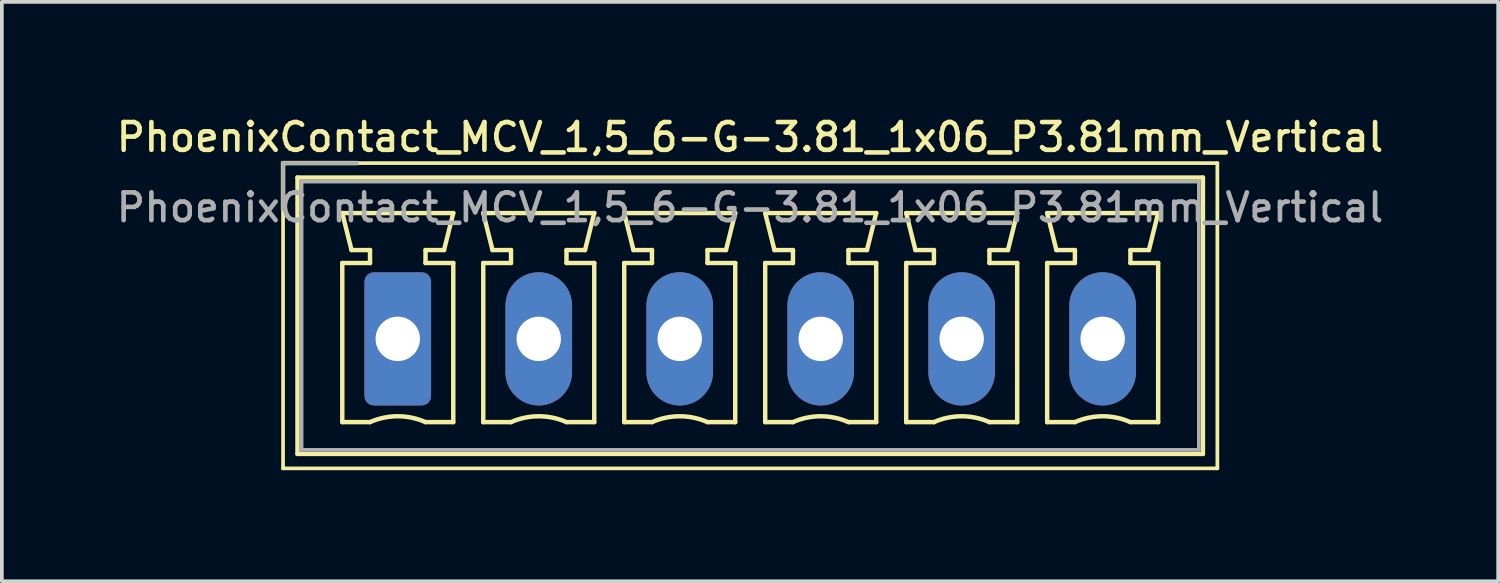
<source format=kicad_pcb>
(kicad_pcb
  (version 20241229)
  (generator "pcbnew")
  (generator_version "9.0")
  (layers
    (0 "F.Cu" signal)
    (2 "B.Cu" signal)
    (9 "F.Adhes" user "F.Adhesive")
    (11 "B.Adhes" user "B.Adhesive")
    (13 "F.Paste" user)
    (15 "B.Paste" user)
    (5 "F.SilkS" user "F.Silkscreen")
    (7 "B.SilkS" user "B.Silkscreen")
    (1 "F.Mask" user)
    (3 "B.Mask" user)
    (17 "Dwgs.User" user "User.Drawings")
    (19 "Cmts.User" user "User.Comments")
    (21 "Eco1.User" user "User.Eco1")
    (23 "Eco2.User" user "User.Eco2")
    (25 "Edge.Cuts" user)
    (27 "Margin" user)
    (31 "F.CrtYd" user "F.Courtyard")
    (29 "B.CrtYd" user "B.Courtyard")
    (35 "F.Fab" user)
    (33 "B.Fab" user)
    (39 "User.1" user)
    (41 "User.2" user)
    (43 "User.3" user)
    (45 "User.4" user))
  (footprint "PhoenixContact_MCV_1,5_6-G-3.81_1x06_P3.81mm_Vertical"
    (layer "F.Cu")
    (at 7.7 6.108)
    (property "Reference" "PhoenixContact_MCV_1,5_6-G-3.81_1x06_P3.81mm_Vertical" (at 9.52 -5.45 0) (layer "F.SilkS") (effects (font (size 0.75 0.75) (thickness 0.125))))
    (attr through_hole)
    (fp_line (start -3.1 -4.75) (end -3.1 3.5) (stroke (width 0.1) (type solid)) (layer "F.SilkS"))
    (fp_line (start -3.1 -4.75) (end -1.1 -4.75) (stroke (width 0.12) (type solid)) (layer "F.SilkS"))
    (fp_line (start -3.1 -3.5) (end -3.1 -4.75) (stroke (width 0.12) (type solid)) (layer "F.SilkS"))
    (fp_line (start -3.1 3.5) (end 22.15 3.5) (stroke (width 0.1) (type solid)) (layer "F.SilkS"))
    (fp_line (start -2.71 -4.36) (end -2.71 3.11) (stroke (width 0.12) (type solid)) (layer "F.SilkS"))
    (fp_line (start -2.71 3.11) (end 21.76 3.11) (stroke (width 0.12) (type solid)) (layer "F.SilkS"))
    (fp_line (start -1.5 -3.4) (end 1.5 -3.4) (stroke (width 0.12) (type solid)) (layer "F.SilkS"))
    (fp_line (start -1.5 -2.05) (end -0.75 -2.05) (stroke (width 0.12) (type solid)) (layer "F.SilkS"))
    (fp_line (start -1.5 2.25) (end -1.5 -2.05) (stroke (width 0.12) (type solid)) (layer "F.SilkS"))
    (fp_line (start -1.25 -2.4) (end -1.5 -3.4) (stroke (width 0.12) (type solid)) (layer "F.SilkS"))
    (fp_line (start -0.75 -2.4) (end -1.25 -2.4) (stroke (width 0.12) (type solid)) (layer "F.SilkS"))
    (fp_line (start -0.75 -2.05) (end -0.75 -2.4) (stroke (width 0.12) (type solid)) (layer "F.SilkS"))
    (fp_line (start -0.75 2.25) (end -1.5 2.25) (stroke (width 0.12) (type solid)) (layer "F.SilkS"))
    (fp_line (start 0.75 -2.4) (end 0.75 -2.05) (stroke (width 0.12) (type solid)) (layer "F.SilkS"))
    (fp_line (start 0.75 -2.05) (end 1.5 -2.05) (stroke (width 0.12) (type solid)) (layer "F.SilkS"))
    (fp_line (start 1.25 -2.4) (end 0.75 -2.4) (stroke (width 0.12) (type solid)) (layer "F.SilkS"))
    (fp_line (start 1.5 -3.4) (end 1.25 -2.4) (stroke (width 0.12) (type solid)) (layer "F.SilkS"))
    (fp_line (start 1.5 -2.05) (end 1.5 2.25) (stroke (width 0.12) (type solid)) (layer "F.SilkS"))
    (fp_line (start 1.5 2.25) (end 0.75 2.25) (stroke (width 0.12) (type solid)) (layer "F.SilkS"))
    (fp_line (start 2.31 -3.4) (end 5.31 -3.4) (stroke (width 0.12) (type solid)) (layer "F.SilkS"))
    (fp_line (start 2.31 -2.05) (end 3.06 -2.05) (stroke (width 0.12) (type solid)) (layer "F.SilkS"))
    (fp_line (start 2.31 2.25) (end 2.31 -2.05) (stroke (width 0.12) (type solid)) (layer "F.SilkS"))
    (fp_line (start 2.56 -2.4) (end 2.31 -3.4) (stroke (width 0.12) (type solid)) (layer "F.SilkS"))
    (fp_line (start 3.06 -2.4) (end 2.56 -2.4) (stroke (width 0.12) (type solid)) (layer "F.SilkS"))
    (fp_line (start 3.06 -2.05) (end 3.06 -2.4) (stroke (width 0.12) (type solid)) (layer "F.SilkS"))
    (fp_line (start 3.06 2.25) (end 2.31 2.25) (stroke (width 0.12) (type solid)) (layer "F.SilkS"))
    (fp_line (start 4.56 -2.4) (end 4.56 -2.05) (stroke (width 0.12) (type solid)) (layer "F.SilkS"))
    (fp_line (start 4.56 -2.05) (end 5.31 -2.05) (stroke (width 0.12) (type solid)) (layer "F.SilkS"))
    (fp_line (start 5.06 -2.4) (end 4.56 -2.4) (stroke (width 0.12) (type solid)) (layer "F.SilkS"))
    (fp_line (start 5.31 -3.4) (end 5.06 -2.4) (stroke (width 0.12) (type solid)) (layer "F.SilkS"))
    (fp_line (start 5.31 -2.05) (end 5.31 2.25) (stroke (width 0.12) (type solid)) (layer "F.SilkS"))
    (fp_line (start 5.31 2.25) (end 4.56 2.25) (stroke (width 0.12) (type solid)) (layer "F.SilkS"))
    (fp_line (start 6.12 -3.4) (end 9.12 -3.4) (stroke (width 0.12) (type solid)) (layer "F.SilkS"))
    (fp_line (start 6.12 -2.05) (end 6.87 -2.05) (stroke (width 0.12) (type solid)) (layer "F.SilkS"))
    (fp_line (start 6.12 2.25) (end 6.12 -2.05) (stroke (width 0.12) (type solid)) (layer "F.SilkS"))
    (fp_line (start 6.37 -2.4) (end 6.12 -3.4) (stroke (width 0.12) (type solid)) (layer "F.SilkS"))
    (fp_line (start 6.87 -2.4) (end 6.37 -2.4) (stroke (width 0.12) (type solid)) (layer "F.SilkS"))
    (fp_line (start 6.87 -2.05) (end 6.87 -2.4) (stroke (width 0.12) (type solid)) (layer "F.SilkS"))
    (fp_line (start 6.87 2.25) (end 6.12 2.25) (stroke (width 0.12) (type solid)) (layer "F.SilkS"))
    (fp_line (start 8.37 -2.4) (end 8.37 -2.05) (stroke (width 0.12) (type solid)) (layer "F.SilkS"))
    (fp_line (start 8.37 -2.05) (end 9.12 -2.05) (stroke (width 0.12) (type solid)) (layer "F.SilkS"))
    (fp_line (start 8.87 -2.4) (end 8.37 -2.4) (stroke (width 0.12) (type solid)) (layer "F.SilkS"))
    (fp_line (start 9.12 -3.4) (end 8.87 -2.4) (stroke (width 0.12) (type solid)) (layer "F.SilkS"))
    (fp_line (start 9.12 -2.05) (end 9.12 2.25) (stroke (width 0.12) (type solid)) (layer "F.SilkS"))
    (fp_line (start 9.12 2.25) (end 8.37 2.25) (stroke (width 0.12) (type solid)) (layer "F.SilkS"))
    (fp_line (start 9.93 -3.4) (end 12.93 -3.4) (stroke (width 0.12) (type solid)) (layer "F.SilkS"))
    (fp_line (start 9.93 -2.05) (end 10.68 -2.05) (stroke (width 0.12) (type solid)) (layer "F.SilkS"))
    (fp_line (start 9.93 2.25) (end 9.93 -2.05) (stroke (width 0.12) (type solid)) (layer "F.SilkS"))
    (fp_line (start 10.18 -2.4) (end 9.93 -3.4) (stroke (width 0.12) (type solid)) (layer "F.SilkS"))
    (fp_line (start 10.68 -2.4) (end 10.18 -2.4) (stroke (width 0.12) (type solid)) (layer "F.SilkS"))
    (fp_line (start 10.68 -2.05) (end 10.68 -2.4) (stroke (width 0.12) (type solid)) (layer "F.SilkS"))
    (fp_line (start 10.68 2.25) (end 9.93 2.25) (stroke (width 0.12) (type solid)) (layer "F.SilkS"))
    (fp_line (start 12.18 -2.4) (end 12.18 -2.05) (stroke (width 0.12) (type solid)) (layer "F.SilkS"))
    (fp_line (start 12.18 -2.05) (end 12.93 -2.05) (stroke (width 0.12) (type solid)) (layer "F.SilkS"))
    (fp_line (start 12.68 -2.4) (end 12.18 -2.4) (stroke (width 0.12) (type solid)) (layer "F.SilkS"))
    (fp_line (start 12.93 -3.4) (end 12.68 -2.4) (stroke (width 0.12) (type solid)) (layer "F.SilkS"))
    (fp_line (start 12.93 -2.05) (end 12.93 2.25) (stroke (width 0.12) (type solid)) (layer "F.SilkS"))
    (fp_line (start 12.93 2.25) (end 12.18 2.25) (stroke (width 0.12) (type solid)) (layer "F.SilkS"))
    (fp_line (start 13.74 -3.4) (end 16.74 -3.4) (stroke (width 0.12) (type solid)) (layer "F.SilkS"))
    (fp_line (start 13.74 -2.05) (end 14.49 -2.05) (stroke (width 0.12) (type solid)) (layer "F.SilkS"))
    (fp_line (start 13.74 2.25) (end 13.74 -2.05) (stroke (width 0.12) (type solid)) (layer "F.SilkS"))
    (fp_line (start 13.99 -2.4) (end 13.74 -3.4) (stroke (width 0.12) (type solid)) (layer "F.SilkS"))
    (fp_line (start 14.49 -2.4) (end 13.99 -2.4) (stroke (width 0.12) (type solid)) (layer "F.SilkS"))
    (fp_line (start 14.49 -2.05) (end 14.49 -2.4) (stroke (width 0.12) (type solid)) (layer "F.SilkS"))
    (fp_line (start 14.49 2.25) (end 13.74 2.25) (stroke (width 0.12) (type solid)) (layer "F.SilkS"))
    (fp_line (start 15.99 -2.4) (end 15.99 -2.05) (stroke (width 0.12) (type solid)) (layer "F.SilkS"))
    (fp_line (start 15.99 -2.05) (end 16.74 -2.05) (stroke (width 0.12) (type solid)) (layer "F.SilkS"))
    (fp_line (start 16.49 -2.4) (end 15.99 -2.4) (stroke (width 0.12) (type solid)) (layer "F.SilkS"))
    (fp_line (start 16.74 -3.4) (end 16.49 -2.4) (stroke (width 0.12) (type solid)) (layer "F.SilkS"))
    (fp_line (start 16.74 -2.05) (end 16.74 2.25) (stroke (width 0.12) (type solid)) (layer "F.SilkS"))
    (fp_line (start 16.74 2.25) (end 15.99 2.25) (stroke (width 0.12) (type solid)) (layer "F.SilkS"))
    (fp_line (start 17.55 -3.4) (end 20.55 -3.4) (stroke (width 0.12) (type solid)) (layer "F.SilkS"))
    (fp_line (start 17.55 -2.05) (end 18.3 -2.05) (stroke (width 0.12) (type solid)) (layer "F.SilkS"))
    (fp_line (start 17.55 2.25) (end 17.55 -2.05) (stroke (width 0.12) (type solid)) (layer "F.SilkS"))
    (fp_line (start 17.8 -2.4) (end 17.55 -3.4) (stroke (width 0.12) (type solid)) (layer "F.SilkS"))
    (fp_line (start 18.3 -2.4) (end 17.8 -2.4) (stroke (width 0.12) (type solid)) (layer "F.SilkS"))
    (fp_line (start 18.3 -2.05) (end 18.3 -2.4) (stroke (width 0.12) (type solid)) (layer "F.SilkS"))
    (fp_line (start 18.3 2.25) (end 17.55 2.25) (stroke (width 0.12) (type solid)) (layer "F.SilkS"))
    (fp_line (start 19.8 -2.4) (end 19.8 -2.05) (stroke (width 0.12) (type solid)) (layer "F.SilkS"))
    (fp_line (start 19.8 -2.05) (end 20.55 -2.05) (stroke (width 0.12) (type solid)) (layer "F.SilkS"))
    (fp_line (start 20.3 -2.4) (end 19.8 -2.4) (stroke (width 0.12) (type solid)) (layer "F.SilkS"))
    (fp_line (start 20.55 -3.4) (end 20.3 -2.4) (stroke (width 0.12) (type solid)) (layer "F.SilkS"))
    (fp_line (start 20.55 -2.05) (end 20.55 2.25) (stroke (width 0.12) (type solid)) (layer "F.SilkS"))
    (fp_line (start 20.55 2.25) (end 19.8 2.25) (stroke (width 0.12) (type solid)) (layer "F.SilkS"))
    (fp_line (start 21.76 -4.36) (end -2.71 -4.36) (stroke (width 0.12) (type solid)) (layer "F.SilkS"))
    (fp_line (start 21.76 3.11) (end 21.76 -4.36) (stroke (width 0.12) (type solid)) (layer "F.SilkS"))
    (fp_line (start 22.15 -4.75) (end -3.1 -4.75) (stroke (width 0.1) (type solid)) (layer "F.SilkS"))
    (fp_line (start 22.15 3.5) (end 22.15 -4.75) (stroke (width 0.1) (type solid)) (layer "F.SilkS"))
    (fp_arc (start -0.75 2.25) (mid -0.000193 2.09191) (end 0.749647 2.249844) (stroke (width 0.12) (type solid)) (layer "F.SilkS"))
    (fp_arc (start 3.06 2.25) (mid 3.809807 2.09191) (end 4.559647 2.249844) (stroke (width 0.12) (type solid)) (layer "F.SilkS"))
    (fp_arc (start 6.87 2.25) (mid 7.619807 2.09191) (end 8.369647 2.249844) (stroke (width 0.12) (type solid)) (layer "F.SilkS"))
    (fp_arc (start 10.68 2.25) (mid 11.429807 2.09191) (end 12.179647 2.249844) (stroke (width 0.12) (type solid)) (layer "F.SilkS"))
    (fp_arc (start 14.49 2.25) (mid 15.239807 2.09191) (end 15.989647 2.249844) (stroke (width 0.12) (type solid)) (layer "F.SilkS"))
    (fp_arc (start 18.3 2.25) (mid 19.049807 2.09191) (end 19.799647 2.249844) (stroke (width 0.12) (type solid)) (layer "F.SilkS"))
    (fp_line (start -3.1 -4.75) (end -1.1 -4.75) (stroke (width 0.1) (type solid)) (layer "F.Fab"))
    (fp_line (start -3.1 -3.5) (end -3.1 -4.75) (stroke (width 0.1) (type solid)) (layer "F.Fab"))
    (fp_line (start -2.6 -4.25) (end -2.6 3) (stroke (width 0.1) (type solid)) (layer "F.Fab"))
    (fp_line (start -2.6 3) (end 21.65 3) (stroke (width 0.1) (type solid)) (layer "F.Fab"))
    (fp_line (start 21.65 -4.25) (end -2.6 -4.25) (stroke (width 0.1) (type solid)) (layer "F.Fab"))
    (fp_line (start 21.65 3) (end 21.65 -4.25) (stroke (width 0.1) (type solid)) (layer "F.Fab"))
    (fp_text user "${REFERENCE}" (at 9.52 -3.55 0) (layer "F.Fab") (effects (font (size 0.75 0.75) (thickness 0.125))))
    (pad "1" thru_hole roundrect (at 0 0) (size 1.8 3.6) (drill 1.2) (layers "*.Cu" "*.Mask") (roundrect_rratio 0.139))
    (pad "2" thru_hole oval (at 3.81 0) (size 1.8 3.6) (drill 1.2) (layers "*.Cu" "*.Mask"))
    (pad "3" thru_hole oval (at 7.62 0) (size 1.8 3.6) (drill 1.2) (layers "*.Cu" "*.Mask"))
    (pad "4" thru_hole oval (at 11.43 0) (size 1.8 3.6) (drill 1.2) (layers "*.Cu" "*.Mask"))
    (pad "5" thru_hole oval (at 15.24 0) (size 1.8 3.6) (drill 1.2) (layers "*.Cu" "*.Mask"))
    (pad "6" thru_hole oval (at 19.05 0) (size 1.8 3.6) (drill 1.2) (layers "*.Cu" "*.Mask")))
  (gr_rect
    (start -3 -3)
    (end 37.439 12.658)
    (stroke (width 0.1) (type default))
    (fill no)
    (layer "Edge.Cuts")))
</source>
